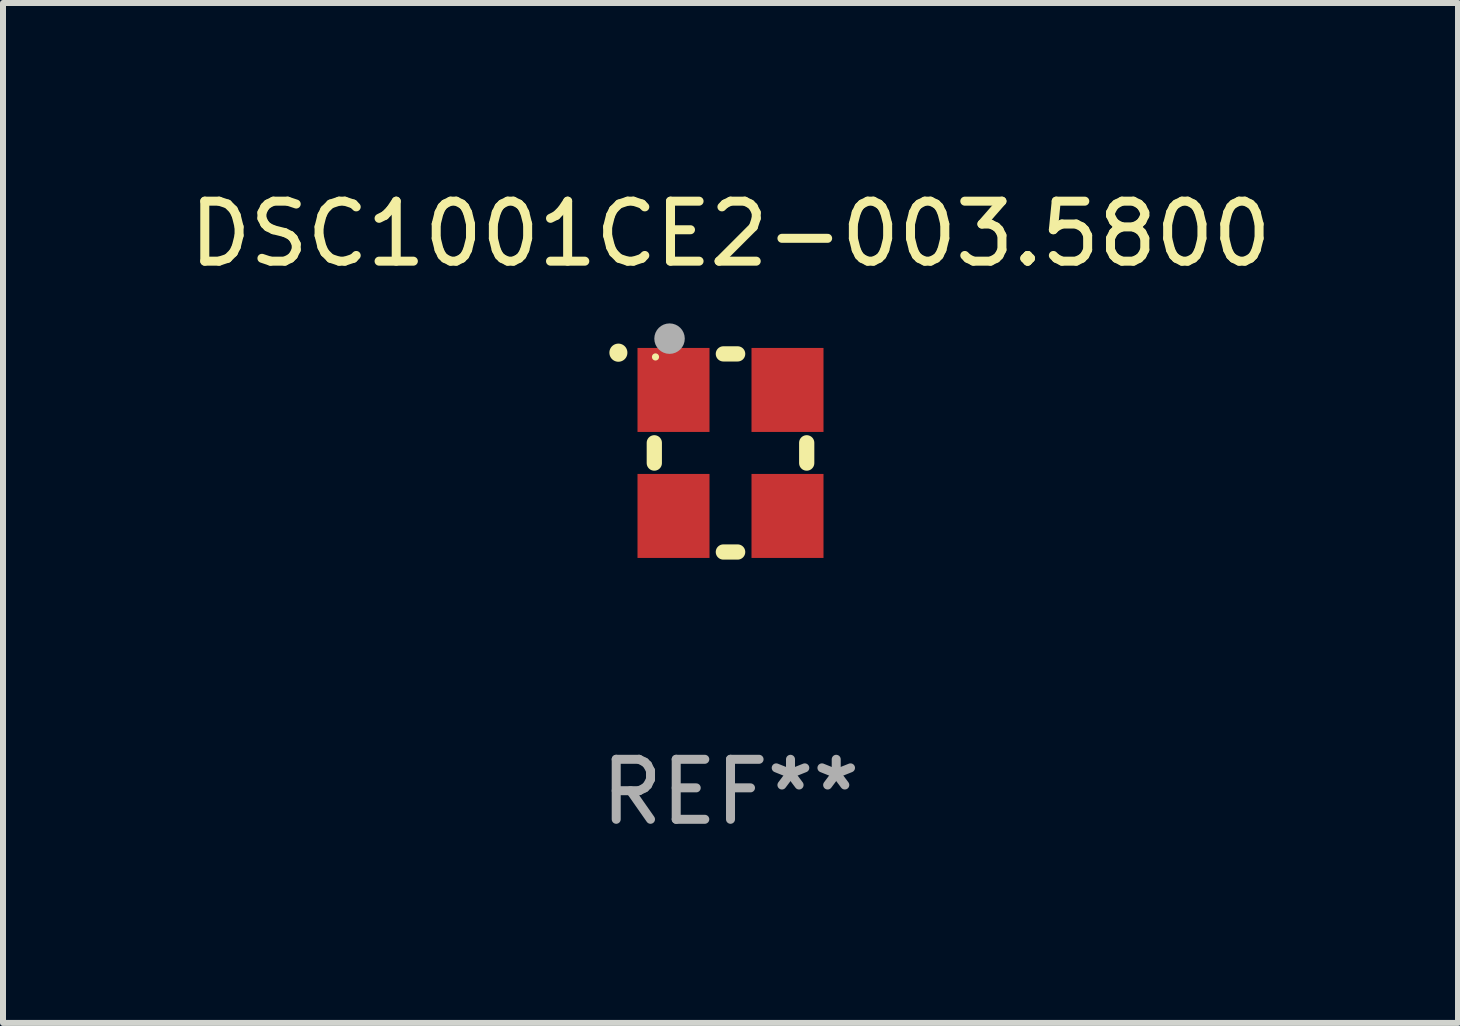
<source format=kicad_pcb>
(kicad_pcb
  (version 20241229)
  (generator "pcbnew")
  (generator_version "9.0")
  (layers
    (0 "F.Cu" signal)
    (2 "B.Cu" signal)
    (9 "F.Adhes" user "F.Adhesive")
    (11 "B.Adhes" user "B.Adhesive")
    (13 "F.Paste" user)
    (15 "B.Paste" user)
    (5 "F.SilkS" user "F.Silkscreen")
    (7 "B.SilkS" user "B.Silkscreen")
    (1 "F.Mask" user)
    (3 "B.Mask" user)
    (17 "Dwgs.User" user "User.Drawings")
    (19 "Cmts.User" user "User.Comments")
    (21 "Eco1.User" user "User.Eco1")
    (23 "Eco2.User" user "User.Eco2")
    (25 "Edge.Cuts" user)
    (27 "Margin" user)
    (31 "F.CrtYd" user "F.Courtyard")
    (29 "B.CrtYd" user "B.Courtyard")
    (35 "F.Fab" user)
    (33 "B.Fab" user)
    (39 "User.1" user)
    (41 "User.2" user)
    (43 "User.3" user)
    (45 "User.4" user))
  (footprint "DSC1001CE2-003.5800"
    (layer "F.Cu")
    (at 9.125 4.499)
    (property "Reference" "DSC1001CE2-003.5800" (at 0 -3.651 0) (layer "F.SilkS") (effects (font (size 1 1) (thickness 0.15))))
    (attr through_hole)
    (fp_line (start -1.27 -0.169) (end -1.27 0.169) (stroke (width 0.254) (type solid)) (layer "F.SilkS"))
    (fp_line (start 0.119 -1.651) (end -0.119 -1.651) (stroke (width 0.254) (type solid)) (layer "F.SilkS"))
    (fp_line (start 0.119 1.651) (end -0.119 1.651) (stroke (width 0.254) (type solid)) (layer "F.SilkS"))
    (fp_line (start 1.27 -0.169) (end 1.27 0.169) (stroke (width 0.254) (type solid)) (layer "F.SilkS"))
    (fp_arc (start -1.868631 -1.669799) (mid -1.868636 -1.671069) (end -1.868631 -1.672339) (stroke (width 0.3) (type solid)) (layer "F.SilkS"))
    (fp_circle (center -1.25 -1.6) (end -1.22 -1.6) (stroke (width 0.06) (type solid)) (fill no) (layer "F.SilkS"))
    (fp_circle (center -1.016 -1.905) (end -0.889 -1.905) (stroke (width 0.254) (type solid)) (fill no) (layer "F.Fab"))
    (fp_text user "REF**" (at 0 5.651 0) (layer "F.Fab") (effects (font (size 1 1) (thickness 0.15))))
    (pad "1" smd rect (at -0.95 -1.05 90) (size 1.4 1.2) (layers "F.Cu" "F.Mask" "F.Paste"))
    (pad "2" smd rect (at -0.95 1.05 90) (size 1.4 1.2) (layers "F.Cu" "F.Mask" "F.Paste"))
    (pad "3" smd rect (at 0.95 1.05 90) (size 1.4 1.2) (layers "F.Cu" "F.Mask" "F.Paste"))
    (pad "4" smd rect (at 0.95 -1.05 90) (size 1.4 1.2) (layers "F.Cu" "F.Mask" "F.Paste")))
  (gr_rect
    (start -3 -3)
    (end 21.25 13.999)
    (stroke (width 0.1) (type default))
    (fill no)
    (layer "Edge.Cuts")))
</source>
